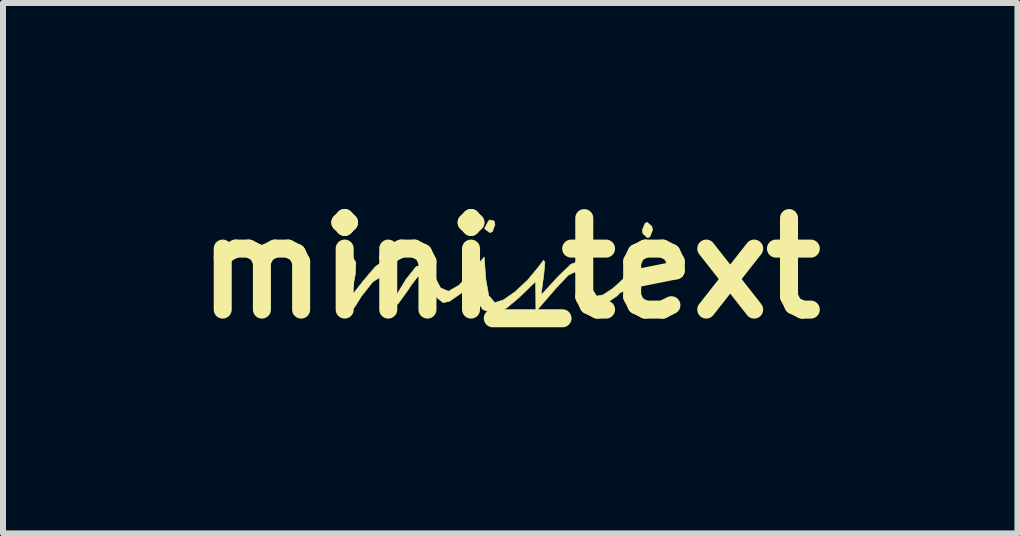
<source format=kicad_pcb>
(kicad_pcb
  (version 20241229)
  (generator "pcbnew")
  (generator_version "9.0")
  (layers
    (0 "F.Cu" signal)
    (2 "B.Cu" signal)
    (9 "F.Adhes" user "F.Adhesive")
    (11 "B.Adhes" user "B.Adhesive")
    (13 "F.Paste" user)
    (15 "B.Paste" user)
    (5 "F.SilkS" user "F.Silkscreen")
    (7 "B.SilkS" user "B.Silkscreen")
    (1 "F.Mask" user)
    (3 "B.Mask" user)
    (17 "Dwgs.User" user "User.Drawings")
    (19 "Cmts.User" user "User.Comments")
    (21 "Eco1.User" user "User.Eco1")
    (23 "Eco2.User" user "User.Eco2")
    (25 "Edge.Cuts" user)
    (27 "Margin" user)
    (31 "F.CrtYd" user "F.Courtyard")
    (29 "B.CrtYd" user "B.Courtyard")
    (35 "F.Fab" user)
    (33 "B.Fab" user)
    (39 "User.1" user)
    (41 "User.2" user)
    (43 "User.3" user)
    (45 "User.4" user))
  (footprint "mini_text"
    (layer "F.Cu")
    (at 5.45 1.418)
    (property "Reference" "mini_text" (at 0 0 0) (layer "F.SilkS") (effects (font (size 1.524 1.524) (thickness 0.3))))
    (attr through_hole)
    (fp_poly (pts (xy -0.266 -0.785) (xy -0.254 -0.725) (xy -0.298 -0.609) (xy -0.339 -0.593) (xy -0.421 -0.653) (xy -0.423 -0.672) (xy -0.362 -0.787) (xy -0.339 -0.804) (xy -0.266 -0.785)) (stroke (width 0.01) (type solid)) (fill yes) (layer "F.SilkS"))
    (fp_poly (pts (xy 2.361 -0.693) (xy 2.371 -0.635) (xy 2.325 -0.522) (xy 2.286 -0.508) (xy 2.211 -0.577) (xy 2.201 -0.635) (xy 2.247 -0.748) (xy 2.286 -0.762) (xy 2.361 -0.693)) (stroke (width 0.01) (type solid)) (fill yes) (layer "F.SilkS"))
    (fp_poly (pts (xy -0.407 0.182) (xy -0.358 0.457) (xy -0.261 0.571) (xy -0.254 0.573) (xy -0.115 0.53) (xy 0.084 0.391) (xy 0.296 0.192) (xy 0.478 -0.029) (xy 0.49 -0.047) (xy 0.557 -0.132) (xy 0.578 -0.095) (xy 0.561 0.085) (xy 0.557 0.119) (xy 0.514 0.449) (xy 0.804 0.133) (xy 1.014 -0.067) (xy 1.157 -0.12) (xy 1.253 -0.025) (xy 1.312 0.169) (xy 1.373 0.362) (xy 1.439 0.465) (xy 1.546 0.445) (xy 1.709 0.338) (xy 1.877 0.186) (xy 2 0.035) (xy 2.032 -0.05) (xy 2.079 -0.158) (xy 2.115 -0.169) (xy 2.158 -0.093) (xy 2.158 0.11) (xy 2.147 0.201) (xy 2.138 0.49) (xy 2.209 0.633) (xy 2.364 0.629) (xy 2.501 0.556) (xy 2.646 0.486) (xy 2.709 0.505) (xy 2.709 0.508) (xy 2.637 0.612) (xy 2.468 0.701) (xy 2.275 0.745) (xy 2.162 0.733) (xy 2.026 0.616) (xy 1.962 0.502) (xy 1.9 0.381) (xy 1.827 0.409) (xy 1.784 0.458) (xy 1.597 0.586) (xy 1.4 0.579) (xy 1.252 0.449) (xy 1.218 0.36) (xy 1.154 0.141) (xy 1.08 0.061) (xy 0.967 0.116) (xy 0.785 0.308) (xy 0.751 0.346) (xy 0.428 0.72) (xy 0.426 0.47) (xy 0.423 0.221) (xy 0.144 0.491) (xy -0.051 0.655) (xy -0.216 0.751) (xy -0.262 0.762) (xy -0.456 0.688) (xy -0.577 0.507) (xy -0.593 0.404) (xy -0.606 0.313) (xy -0.67 0.317) (xy -0.823 0.42) (xy -0.854 0.442) (xy -1.01 0.55) (xy -1.117 0.574) (xy -1.216 0.495) (xy -1.347 0.295) (xy -1.405 0.2) (xy -1.471 0.12) (xy -1.542 0.142) (xy -1.652 0.285) (xy -1.701 0.361) (xy -1.865 0.588) (xy -1.969 0.662) (xy -2.021 0.585) (xy -2.032 0.428) (xy -2.062 0.206) (xy -2.15 0.14) (xy -2.29 0.227) (xy -2.479 0.467) (xy -2.588 0.642) (xy -2.675 0.739) (xy -2.745 0.688) (xy -2.775 0.546) (xy -2.768 0.329) (xy -2.734 0.097) (xy -2.681 -0.089) (xy -2.618 -0.169) (xy -2.616 -0.169) (xy -2.572 -0.095) (xy -2.582 0.105) (xy -2.59 0.148) (xy -2.647 0.466) (xy -2.448 0.212) (xy -2.249 -0.022) (xy -2.114 -0.123) (xy -2.023 -0.107) (xy -2.018 -0.102) (xy -1.968 0.018) (xy -1.933 0.212) (xy -1.905 0.466) (xy -1.739 0.191) (xy -1.57 -0.023) (xy -1.424 -0.07) (xy -1.305 0.048) (xy -1.273 0.119) (xy -1.16 0.329) (xy -1.028 0.385) (xy -0.856 0.286) (xy -0.71 0.134) (xy -0.434 -0.185) (xy -0.407 0.182)) (stroke (width 0.01) (type solid)) (fill yes) (layer "F.SilkS")))
  (gr_rect
    (start -3 -3)
    (end 13.9 5.836)
    (stroke (width 0.1) (type default))
    (fill no)
    (layer "Edge.Cuts")))
</source>
